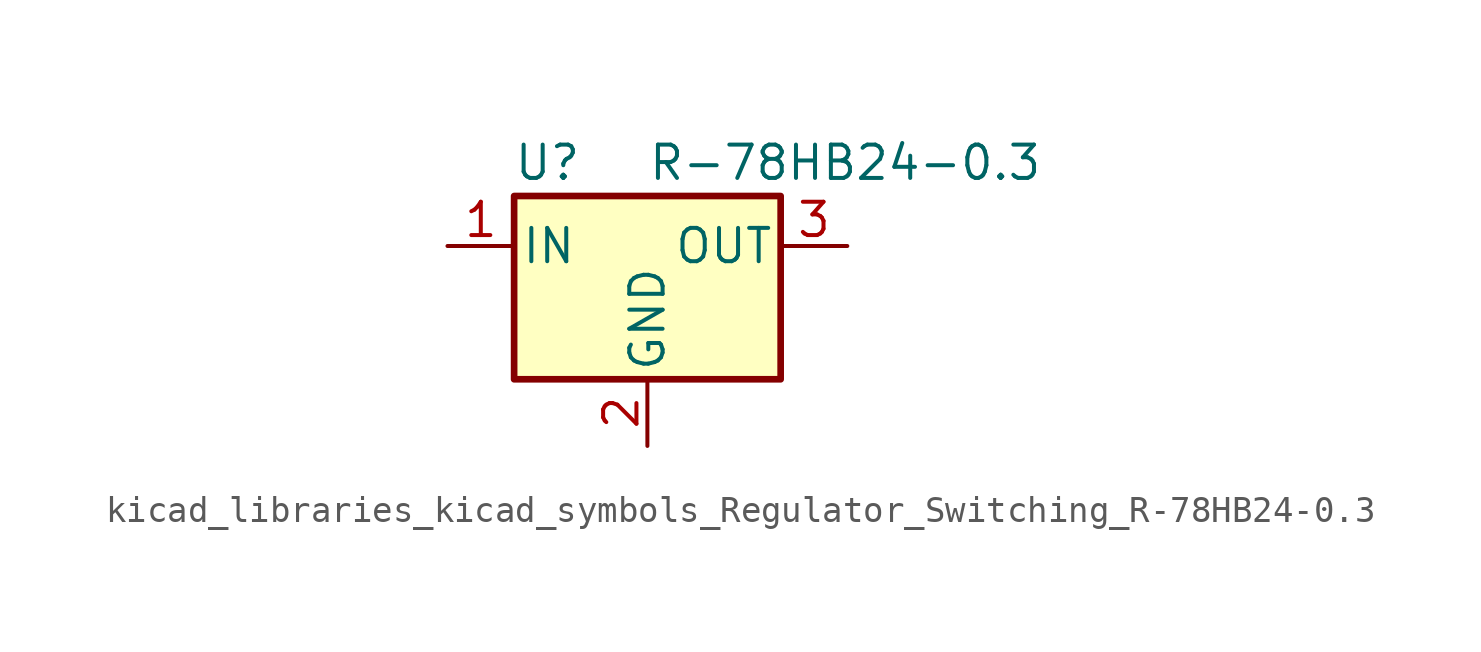
<source format=kicad_sym>
(kicad_symbol_lib
  (version 20220914)
  (generator kicad_symbol_editor)
  (symbol "kicad_libraries_kicad_symbols_Regulator_Switching_R-78HB24-0.3"
    (pin_names
      (offset 0.254))
    (property "Reference" "U"
      (at -3.81 3.175 0)
      (effects (font (size 1.27 1.27))))
    (property "Value" "R-78HB24-0.3"
      (at 0 3.175 0)
      (effects (font (size 1.27 1.27)) (justify left)))
    (symbol "kicad_libraries_kicad_symbols_Regulator_Switching_R-78HB24-0.3_0_1"
      (rectangle (start -5.08 1.905) (end 5.08 -5.08) (stroke (width 0.254) (type default)) (fill (type background))))
    (symbol "kicad_libraries_kicad_symbols_Regulator_Switching_R-78HB24-0.3_1_1"
      (pin power_in line (at -7.62 0 0) (length 2.54) (name "IN" (effects (font (size 1.27 1.27)))) (number "1" (effects (font (size 1.27 1.27)))))
      (pin power_in line (at 0 -7.62 90) (length 2.54) (name "GND" (effects (font (size 1.27 1.27)))) (number "2" (effects (font (size 1.27 1.27)))))
      (pin power_out line (at 7.62 0 180) (length 2.54) (name "OUT" (effects (font (size 1.27 1.27)))) (number "3" (effects (font (size 1.27 1.27))))))))
</source>
